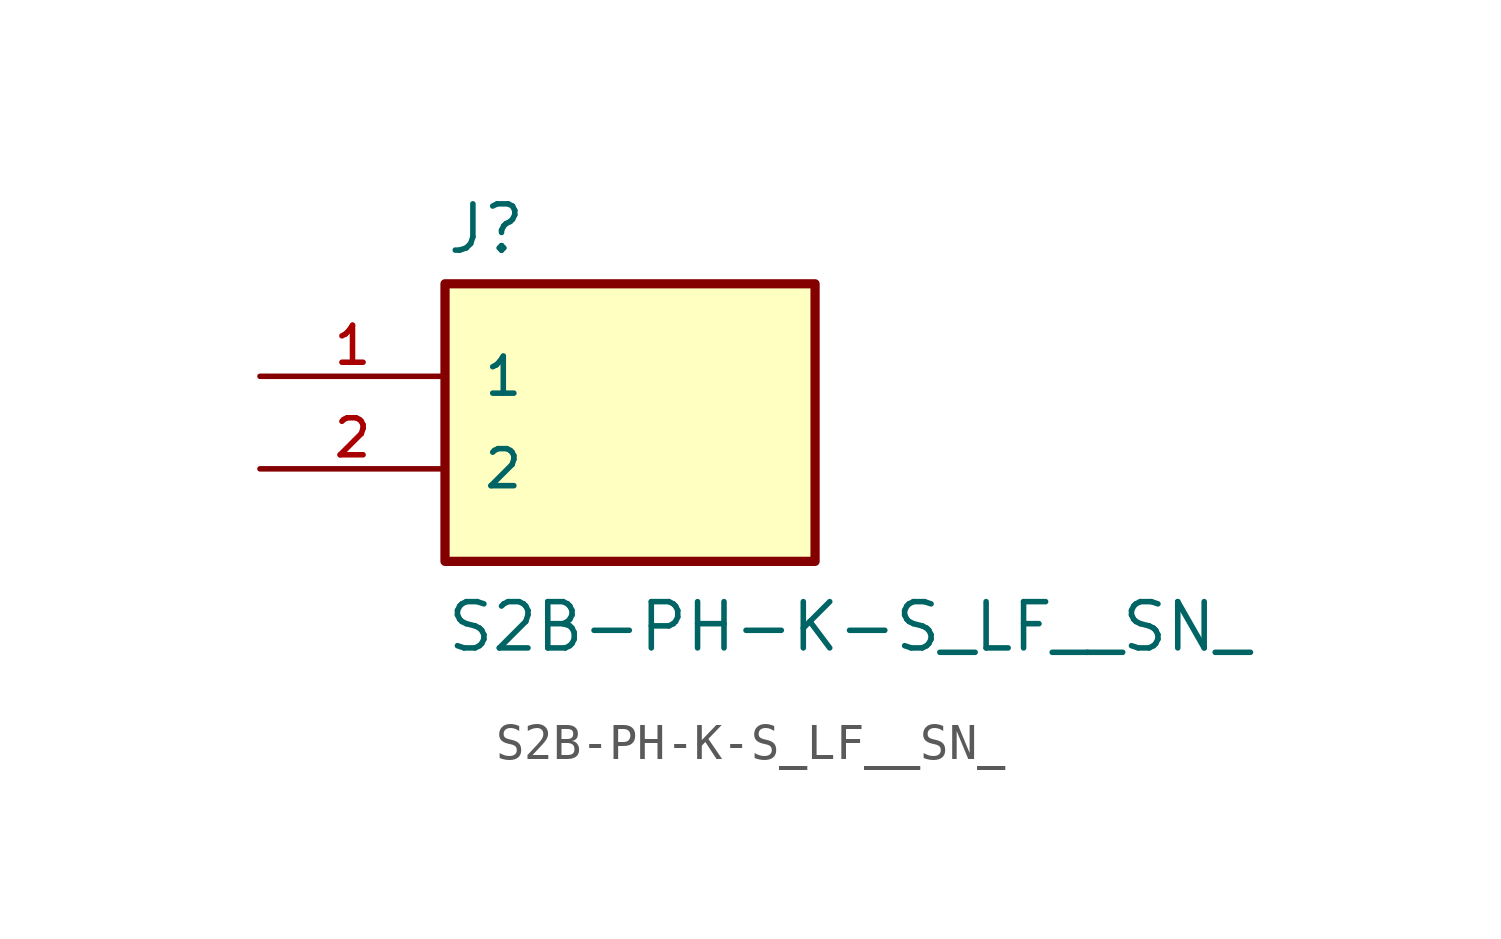
<source format=kicad_sym>
(kicad_symbol_lib
  (version 20231120)
  (generator "kicad_symbol_editor")
  (generator_version "8.0")
  (symbol "S2B-PH-K-S_LF__SN_"
    (pin_names
      (offset 1.016))
    (property "Reference" "J"
      (at -5.08 3.302 0)
      (effects (font (size 1.27 1.27)) (justify left bottom)))
    (property "Value" "S2B-PH-K-S_LF__SN_"
      (at -5.08 -7.62 0)
      (effects (font (size 1.27 1.27)) (justify left bottom)))
    (symbol "S2B-PH-K-S_LF__SN__0_0"
      (rectangle (start -5.08 -5.08) (end 5.08 2.54) (stroke (width 0.254) (type default)) (fill (type background)))
      (pin passive line (at -10.16 0 0) (length 5.08) (name "1" (effects (font (size 1.016 1.016)))) (number "1" (effects (font (size 1.016 1.016)))))
      (pin passive line (at -10.16 -2.54 0) (length 5.08) (name "2" (effects (font (size 1.016 1.016)))) (number "2" (effects (font (size 1.016 1.016))))))))
</source>
